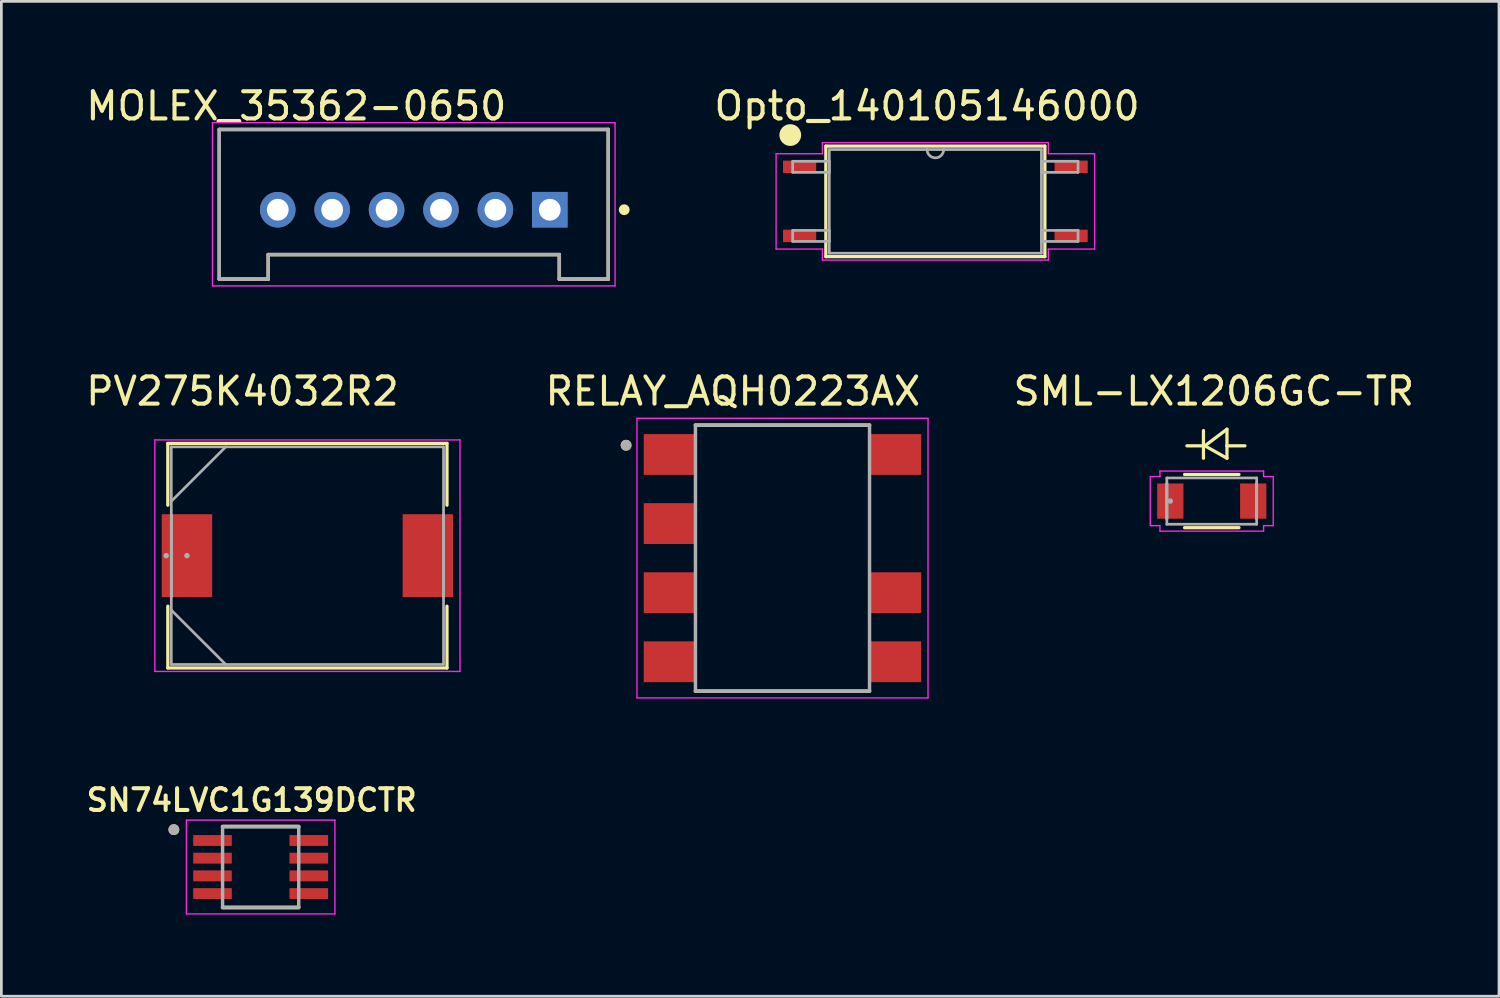
<source format=kicad_pcb>
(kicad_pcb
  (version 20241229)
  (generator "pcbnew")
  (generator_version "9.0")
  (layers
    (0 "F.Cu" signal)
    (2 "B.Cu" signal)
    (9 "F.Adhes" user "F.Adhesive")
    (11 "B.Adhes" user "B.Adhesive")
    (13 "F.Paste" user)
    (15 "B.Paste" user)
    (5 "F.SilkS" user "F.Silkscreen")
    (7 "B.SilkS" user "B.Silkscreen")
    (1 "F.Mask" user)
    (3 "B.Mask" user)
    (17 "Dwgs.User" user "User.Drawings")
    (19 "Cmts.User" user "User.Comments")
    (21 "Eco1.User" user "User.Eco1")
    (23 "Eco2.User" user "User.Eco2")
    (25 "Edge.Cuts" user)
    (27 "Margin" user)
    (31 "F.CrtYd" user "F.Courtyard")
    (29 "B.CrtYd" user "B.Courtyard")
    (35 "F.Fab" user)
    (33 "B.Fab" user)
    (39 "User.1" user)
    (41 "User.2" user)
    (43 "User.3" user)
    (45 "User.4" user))
  (footprint "SN74LVC1G139DCTR"
    (layer "F.Cu")
    (at 6.532 28.824)
    (property "Reference" "SN74LVC1G139DCTR" (at -0.33 -2.46 0) (layer "F.SilkS") (effects (font (size 0.8 0.8) (thickness 0.15))))
    (attr through_hole)
    (fp_line (start -1.4 -1.495) (end 1.4 -1.495) (stroke (width 0.127) (type solid)) (layer "F.SilkS"))
    (fp_line (start -1.4 1.495) (end 1.4 1.495) (stroke (width 0.127) (type solid)) (layer "F.SilkS"))
    (fp_circle (center -3.19 -1.375) (end -3.09 -1.375) (stroke (width 0.2) (type solid)) (fill no) (layer "F.SilkS"))
    (fp_line (start -2.73 -1.725) (end -2.73 1.725) (stroke (width 0.05) (type solid)) (layer "F.CrtYd"))
    (fp_line (start -2.73 -1.725) (end 2.73 -1.725) (stroke (width 0.05) (type solid)) (layer "F.CrtYd"))
    (fp_line (start -2.73 1.725) (end 2.73 1.725) (stroke (width 0.05) (type solid)) (layer "F.CrtYd"))
    (fp_line (start 2.73 -1.725) (end 2.73 1.725) (stroke (width 0.05) (type solid)) (layer "F.CrtYd"))
    (fp_line (start -1.4 -1.475) (end -1.4 1.475) (stroke (width 0.127) (type solid)) (layer "F.Fab"))
    (fp_line (start -1.4 -1.475) (end 1.4 -1.475) (stroke (width 0.127) (type solid)) (layer "F.Fab"))
    (fp_line (start -1.4 1.475) (end 1.4 1.475) (stroke (width 0.127) (type solid)) (layer "F.Fab"))
    (fp_line (start 1.4 -1.475) (end 1.4 1.475) (stroke (width 0.127) (type solid)) (layer "F.Fab"))
    (fp_circle (center -3.19 -1.375) (end -3.09 -1.375) (stroke (width 0.2) (type solid)) (fill no) (layer "F.Fab"))
    (pad "1" smd roundrect (at -1.77 -0.975) (size 1.42 0.4) (layers "F.Cu" "F.Mask" "F.Paste") (roundrect_rratio 0.05))
    (pad "2" smd roundrect (at -1.77 -0.325) (size 1.42 0.4) (layers "F.Cu" "F.Mask" "F.Paste") (roundrect_rratio 0.05))
    (pad "3" smd roundrect (at -1.77 0.325) (size 1.42 0.4) (layers "F.Cu" "F.Mask" "F.Paste") (roundrect_rratio 0.05))
    (pad "4" smd roundrect (at -1.77 0.975) (size 1.42 0.4) (layers "F.Cu" "F.Mask" "F.Paste") (roundrect_rratio 0.05))
    (pad "5" smd roundrect (at 1.77 0.975) (size 1.42 0.4) (layers "F.Cu" "F.Mask" "F.Paste") (roundrect_rratio 0.05))
    (pad "6" smd roundrect (at 1.77 0.325) (size 1.42 0.4) (layers "F.Cu" "F.Mask" "F.Paste") (roundrect_rratio 0.05))
    (pad "7" smd roundrect (at 1.77 -0.325) (size 1.42 0.4) (layers "F.Cu" "F.Mask" "F.Paste") (roundrect_rratio 0.05))
    (pad "8" smd roundrect (at 1.77 -0.975) (size 1.42 0.4) (layers "F.Cu" "F.Mask" "F.Paste") (roundrect_rratio 0.05)))
  (footprint "PV275K4032R2"
    (layer "F.Cu")
    (at 8.251 17.378)
    (property "Reference" "PV275K4032R2" (at -2.388 -6.045 0) (layer "F.SilkS") (effects (font (size 1 1) (thickness 0.15))))
    (attr through_hole)
    (fp_line (start -5.131 -4.128) (end -5.131 -1.857) (stroke (width 0.12) (type solid)) (layer "F.SilkS"))
    (fp_line (start -5.131 1.857) (end -5.131 4.128) (stroke (width 0.12) (type solid)) (layer "F.SilkS"))
    (fp_line (start -5.131 4.128) (end 5.131 4.128) (stroke (width 0.12) (type solid)) (layer "F.SilkS"))
    (fp_line (start 5.131 -4.128) (end -5.131 -4.128) (stroke (width 0.12) (type solid)) (layer "F.SilkS"))
    (fp_line (start 5.131 -1.857) (end 5.131 -4.128) (stroke (width 0.12) (type solid)) (layer "F.SilkS"))
    (fp_line (start 5.131 4.128) (end 5.131 1.857) (stroke (width 0.12) (type solid)) (layer "F.SilkS"))
    (fp_line (start -5.61 -4.255) (end 5.61 -4.255) (stroke (width 0.05) (type solid)) (layer "F.CrtYd"))
    (fp_line (start -5.61 4.255) (end -5.61 -4.255) (stroke (width 0.05) (type solid)) (layer "F.CrtYd"))
    (fp_line (start 5.61 -4.255) (end 5.61 4.255) (stroke (width 0.05) (type solid)) (layer "F.CrtYd"))
    (fp_line (start 5.61 4.255) (end -5.61 4.255) (stroke (width 0.05) (type solid)) (layer "F.CrtYd"))
    (fp_line (start -5.004 -4) (end -5.004 4) (stroke (width 0.1) (type solid)) (layer "F.Fab"))
    (fp_line (start -5.004 -2) (end -3.004 -4) (stroke (width 0.1) (type solid)) (layer "F.Fab"))
    (fp_line (start -5.004 -1.499) (end -5 -1.499) (stroke (width 0.1) (type solid)) (layer "F.Fab"))
    (fp_line (start -5.004 1.499) (end -5.004 -1.499) (stroke (width 0.1) (type solid)) (layer "F.Fab"))
    (fp_line (start -5.004 2) (end -3.004 4) (stroke (width 0.1) (type solid)) (layer "F.Fab"))
    (fp_line (start -5.004 4) (end 5.004 4) (stroke (width 0.1) (type solid)) (layer "F.Fab"))
    (fp_line (start -5 -1.499) (end -5 1.499) (stroke (width 0.1) (type solid)) (layer "F.Fab"))
    (fp_line (start -5 1.499) (end -5.004 1.499) (stroke (width 0.1) (type solid)) (layer "F.Fab"))
    (fp_line (start 5 -1.499) (end 5.004 -1.499) (stroke (width 0.1) (type solid)) (layer "F.Fab"))
    (fp_line (start 5 1.499) (end 5 -1.499) (stroke (width 0.1) (type solid)) (layer "F.Fab"))
    (fp_line (start 5.004 -4) (end -5.004 -4) (stroke (width 0.1) (type solid)) (layer "F.Fab"))
    (fp_line (start 5.004 -1.499) (end 5.004 1.499) (stroke (width 0.1) (type solid)) (layer "F.Fab"))
    (fp_line (start 5.004 1.499) (end 5 1.499) (stroke (width 0.1) (type solid)) (layer "F.Fab"))
    (fp_line (start 5.004 4) (end 5.004 -4) (stroke (width 0.1) (type solid)) (layer "F.Fab"))
    (fp_circle (center -5.191 0) (end -5.191 0) (stroke (width 0.1) (type solid)) (fill no) (layer "F.Fab"))
    (fp_circle (center -4.428 0) (end -4.428 0) (stroke (width 0.1) (type solid)) (fill no) (layer "F.Fab"))
    (pad "1" smd rect (at -4.428 0) (size 1.854 3.048) (layers "F.Cu" "F.Mask" "F.Paste"))
    (pad "2" smd rect (at 4.428 0) (size 1.854 3.048) (layers "F.Cu" "F.Mask" "F.Paste")))
  (footprint "SML-LX1206GC-TR"
    (layer "F.Cu")
    (at 41.497 15.371)
    (property "Reference" "SML-LX1206GC-TR" (at 0.076 -4.039 0) (layer "F.SilkS") (effects (font (size 1 1) (thickness 0.15))))
    (attr through_hole)
    (fp_line (start -1 0.978) (end 1 0.978) (stroke (width 0.12) (type solid)) (layer "F.SilkS"))
    (fp_line (start -0.305 -2.591) (end -0.305 -1.575) (stroke (width 0.12) (type solid)) (layer "F.SilkS"))
    (fp_line (start -0.254 -2.032) (end -0.914 -2.032) (stroke (width 0.12) (type solid)) (layer "F.SilkS"))
    (fp_line (start 0.559 -2.642) (end -0.254 -2.032) (stroke (width 0.12) (type solid)) (layer "F.SilkS"))
    (fp_line (start 0.559 -2.032) (end 0.559 -2.642) (stroke (width 0.12) (type solid)) (layer "F.SilkS"))
    (fp_line (start 0.559 -2.032) (end 0.559 -1.575) (stroke (width 0.12) (type solid)) (layer "F.SilkS"))
    (fp_line (start 0.559 -1.575) (end -0.254 -2.032) (stroke (width 0.12) (type solid)) (layer "F.SilkS"))
    (fp_line (start 1 -0.978) (end -1 -0.978) (stroke (width 0.12) (type solid)) (layer "F.SilkS"))
    (fp_line (start 1.219 -2.032) (end 0.559 -2.032) (stroke (width 0.12) (type solid)) (layer "F.SilkS"))
    (fp_line (start -2.261 -0.902) (end -1.905 -0.902) (stroke (width 0.05) (type solid)) (layer "F.CrtYd"))
    (fp_line (start -2.261 0.902) (end -2.261 -0.902) (stroke (width 0.05) (type solid)) (layer "F.CrtYd"))
    (fp_line (start -1.905 -1.105) (end 1.905 -1.105) (stroke (width 0.05) (type solid)) (layer "F.CrtYd"))
    (fp_line (start -1.905 -0.902) (end -1.905 -1.105) (stroke (width 0.05) (type solid)) (layer "F.CrtYd"))
    (fp_line (start -1.905 0.902) (end -2.261 0.902) (stroke (width 0.05) (type solid)) (layer "F.CrtYd"))
    (fp_line (start -1.905 1.105) (end -1.905 0.902) (stroke (width 0.05) (type solid)) (layer "F.CrtYd"))
    (fp_line (start 1.905 -1.105) (end 1.905 -0.902) (stroke (width 0.05) (type solid)) (layer "F.CrtYd"))
    (fp_line (start 1.905 -0.902) (end 2.261 -0.902) (stroke (width 0.05) (type solid)) (layer "F.CrtYd"))
    (fp_line (start 1.905 0.902) (end 1.905 1.105) (stroke (width 0.05) (type solid)) (layer "F.CrtYd"))
    (fp_line (start 1.905 1.105) (end -1.905 1.105) (stroke (width 0.05) (type solid)) (layer "F.CrtYd"))
    (fp_line (start 2.261 -0.902) (end 2.261 0.902) (stroke (width 0.05) (type solid)) (layer "F.CrtYd"))
    (fp_line (start 2.261 0.902) (end 1.905 0.902) (stroke (width 0.05) (type solid)) (layer "F.CrtYd"))
    (fp_line (start -1.651 -0.851) (end -1.651 0.851) (stroke (width 0.1) (type solid)) (layer "F.Fab"))
    (fp_line (start -1.651 -0.648) (end -1.651 -0.648) (stroke (width 0.1) (type solid)) (layer "F.Fab"))
    (fp_line (start -1.651 -0.648) (end -1.651 0.648) (stroke (width 0.1) (type solid)) (layer "F.Fab"))
    (fp_line (start -1.651 0.648) (end -1.651 -0.648) (stroke (width 0.1) (type solid)) (layer "F.Fab"))
    (fp_line (start -1.651 0.648) (end -1.651 0.648) (stroke (width 0.1) (type solid)) (layer "F.Fab"))
    (fp_line (start -1.651 0.851) (end 1.651 0.851) (stroke (width 0.1) (type solid)) (layer "F.Fab"))
    (fp_line (start 1.651 -0.851) (end -1.651 -0.851) (stroke (width 0.1) (type solid)) (layer "F.Fab"))
    (fp_line (start 1.651 -0.648) (end 1.651 -0.648) (stroke (width 0.1) (type solid)) (layer "F.Fab"))
    (fp_line (start 1.651 -0.648) (end 1.651 0.648) (stroke (width 0.1) (type solid)) (layer "F.Fab"))
    (fp_line (start 1.651 0.648) (end 1.651 -0.648) (stroke (width 0.1) (type solid)) (layer "F.Fab"))
    (fp_line (start 1.651 0.648) (end 1.651 0.648) (stroke (width 0.1) (type solid)) (layer "F.Fab"))
    (fp_line (start 1.651 0.851) (end 1.651 -0.851) (stroke (width 0.1) (type solid)) (layer "F.Fab"))
    (fp_circle (center -1.524 0) (end -1.524 0) (stroke (width 0.1) (type solid)) (fill no) (layer "F.Fab"))
    (pad "1" smd rect (at -1.524 0) (size 0.965 1.295) (layers "F.Cu" "F.Mask" "F.Paste"))
    (pad "2" smd rect (at 1.524 0) (size 0.965 1.295) (layers "F.Cu" "F.Mask" "F.Paste")))
  (footprint "MOLEX_35362-0650"
    (layer "F.Cu")
    (at 12.161 4.66)
    (property "Reference" "MOLEX_35362-0650" (at -4.319 -3.811 0) (layer "F.SilkS") (effects (font (size 1 1) (thickness 0.15))))
    (attr through_hole)
    (fp_line (start -7.15 -2.95) (end 7.15 -2.95) (stroke (width 0.127) (type solid)) (layer "F.SilkS"))
    (fp_line (start -7.15 2.55) (end -7.15 -2.95) (stroke (width 0.127) (type solid)) (layer "F.SilkS"))
    (fp_line (start -7.15 2.55) (end -5.35 2.55) (stroke (width 0.127) (type solid)) (layer "F.SilkS"))
    (fp_line (start -5.35 1.65) (end 5.35 1.65) (stroke (width 0.127) (type solid)) (layer "F.SilkS"))
    (fp_line (start -5.35 2.55) (end -5.35 1.65) (stroke (width 0.127) (type solid)) (layer "F.SilkS"))
    (fp_line (start 5.35 1.65) (end 5.35 2.55) (stroke (width 0.127) (type solid)) (layer "F.SilkS"))
    (fp_line (start 5.35 2.55) (end 7.15 2.55) (stroke (width 0.127) (type solid)) (layer "F.SilkS"))
    (fp_line (start 7.15 -2.95) (end 7.15 2.55) (stroke (width 0.127) (type solid)) (layer "F.SilkS"))
    (fp_circle (center 7.736 0) (end 7.836 0) (stroke (width 0.2) (type solid)) (fill no) (layer "F.SilkS"))
    (fp_line (start -7.4 -3.2) (end 7.4 -3.2) (stroke (width 0.05) (type solid)) (layer "F.CrtYd"))
    (fp_line (start -7.4 2.8) (end -7.4 -3.2) (stroke (width 0.05) (type solid)) (layer "F.CrtYd"))
    (fp_line (start 7.4 -3.2) (end 7.4 2.8) (stroke (width 0.05) (type solid)) (layer "F.CrtYd"))
    (fp_line (start 7.4 2.8) (end -7.4 2.8) (stroke (width 0.05) (type solid)) (layer "F.CrtYd"))
    (fp_line (start -7.15 -2.95) (end 7.15 -2.95) (stroke (width 0.127) (type solid)) (layer "F.Fab"))
    (fp_line (start -7.15 2.55) (end -7.15 -2.95) (stroke (width 0.127) (type solid)) (layer "F.Fab"))
    (fp_line (start -7.15 2.55) (end -5.35 2.55) (stroke (width 0.127) (type solid)) (layer "F.Fab"))
    (fp_line (start -5.35 1.65) (end 5.35 1.65) (stroke (width 0.127) (type solid)) (layer "F.Fab"))
    (fp_line (start -5.35 2.55) (end -5.35 1.65) (stroke (width 0.127) (type solid)) (layer "F.Fab"))
    (fp_line (start 5.35 1.65) (end 5.35 2.55) (stroke (width 0.127) (type solid)) (layer "F.Fab"))
    (fp_line (start 5.35 2.55) (end 7.15 2.55) (stroke (width 0.127) (type solid)) (layer "F.Fab"))
    (fp_line (start 7.15 -2.95) (end 7.15 2.55) (stroke (width 0.127) (type solid)) (layer "F.Fab"))
    (pad "1" thru_hole rect (at 5 0) (size 1.308 1.308) (drill 0.8) (layers "*.Cu" "*.Mask"))
    (pad "2" thru_hole circle (at 3 0) (size 1.308 1.308) (drill 0.8) (layers "*.Cu" "*.Mask"))
    (pad "3" thru_hole circle (at 1 0) (size 1.308 1.308) (drill 0.8) (layers "*.Cu" "*.Mask"))
    (pad "4" thru_hole circle (at -1 0) (size 1.308 1.308) (drill 0.8) (layers "*.Cu" "*.Mask"))
    (pad "5" thru_hole circle (at -3 0) (size 1.308 1.308) (drill 0.8) (layers "*.Cu" "*.Mask"))
    (pad "6" thru_hole circle (at -5 0) (size 1.308 1.308) (drill 0.8) (layers "*.Cu" "*.Mask")))
  (footprint "Opto_140105146000"
    (layer "F.Cu")
    (at 31.336 4.353)
    (property "Reference" "Opto_140105146000" (at -0.305 -3.505 0) (layer "F.SilkS") (effects (font (size 1 1) (thickness 0.15))))
    (attr through_hole)
    (fp_line (start -4.026 -2.032) (end -4.026 2.032) (stroke (width 0.12) (type solid)) (layer "F.SilkS"))
    (fp_line (start -4.026 2.032) (end 4.026 2.032) (stroke (width 0.12) (type solid)) (layer "F.SilkS"))
    (fp_line (start 4.026 -2.032) (end -4.026 -2.032) (stroke (width 0.12) (type solid)) (layer "F.SilkS"))
    (fp_line (start 4.026 2.032) (end 4.026 -2.032) (stroke (width 0.12) (type solid)) (layer "F.SilkS"))
    (fp_circle (center -5.334 -2.438) (end -5.134 -2.438) (stroke (width 0.4) (type solid)) (fill no) (layer "F.SilkS"))
    (fp_line (start -5.855 -1.753) (end -4.153 -1.753) (stroke (width 0.05) (type solid)) (layer "F.CrtYd"))
    (fp_line (start -5.855 1.753) (end -5.855 -1.753) (stroke (width 0.05) (type solid)) (layer "F.CrtYd"))
    (fp_line (start -4.153 -2.159) (end 4.153 -2.159) (stroke (width 0.05) (type solid)) (layer "F.CrtYd"))
    (fp_line (start -4.153 -1.753) (end -4.153 -2.159) (stroke (width 0.05) (type solid)) (layer "F.CrtYd"))
    (fp_line (start -4.153 1.753) (end -5.855 1.753) (stroke (width 0.05) (type solid)) (layer "F.CrtYd"))
    (fp_line (start -4.153 2.159) (end -4.153 1.753) (stroke (width 0.05) (type solid)) (layer "F.CrtYd"))
    (fp_line (start 4.153 -2.159) (end 4.153 -1.753) (stroke (width 0.05) (type solid)) (layer "F.CrtYd"))
    (fp_line (start 4.153 -1.753) (end 5.855 -1.753) (stroke (width 0.05) (type solid)) (layer "F.CrtYd"))
    (fp_line (start 4.153 1.753) (end 4.153 2.159) (stroke (width 0.05) (type solid)) (layer "F.CrtYd"))
    (fp_line (start 4.153 2.159) (end -4.153 2.159) (stroke (width 0.05) (type solid)) (layer "F.CrtYd"))
    (fp_line (start 5.855 -1.753) (end 5.855 1.753) (stroke (width 0.05) (type solid)) (layer "F.CrtYd"))
    (fp_line (start 5.855 1.753) (end 4.153 1.753) (stroke (width 0.05) (type solid)) (layer "F.CrtYd"))
    (fp_line (start -5.245 -1.473) (end -5.245 -1.067) (stroke (width 0.1) (type solid)) (layer "F.Fab"))
    (fp_line (start -5.245 -1.067) (end -3.899 -1.067) (stroke (width 0.1) (type solid)) (layer "F.Fab"))
    (fp_line (start -5.245 1.067) (end -5.245 1.473) (stroke (width 0.1) (type solid)) (layer "F.Fab"))
    (fp_line (start -5.245 1.473) (end -3.899 1.473) (stroke (width 0.1) (type solid)) (layer "F.Fab"))
    (fp_line (start -3.899 -1.905) (end -3.899 1.905) (stroke (width 0.1) (type solid)) (layer "F.Fab"))
    (fp_line (start -3.899 -1.473) (end -5.245 -1.473) (stroke (width 0.1) (type solid)) (layer "F.Fab"))
    (fp_line (start -3.899 -1.067) (end -3.899 -1.473) (stroke (width 0.1) (type solid)) (layer "F.Fab"))
    (fp_line (start -3.899 1.067) (end -5.245 1.067) (stroke (width 0.1) (type solid)) (layer "F.Fab"))
    (fp_line (start -3.899 1.473) (end -3.899 1.067) (stroke (width 0.1) (type solid)) (layer "F.Fab"))
    (fp_line (start -3.899 1.905) (end 3.899 1.905) (stroke (width 0.1) (type solid)) (layer "F.Fab"))
    (fp_line (start 3.899 -1.905) (end -3.899 -1.905) (stroke (width 0.1) (type solid)) (layer "F.Fab"))
    (fp_line (start 3.899 -1.473) (end 3.899 -1.067) (stroke (width 0.1) (type solid)) (layer "F.Fab"))
    (fp_line (start 3.899 -1.067) (end 5.245 -1.067) (stroke (width 0.1) (type solid)) (layer "F.Fab"))
    (fp_line (start 3.899 1.067) (end 3.899 1.473) (stroke (width 0.1) (type solid)) (layer "F.Fab"))
    (fp_line (start 3.899 1.473) (end 5.245 1.473) (stroke (width 0.1) (type solid)) (layer "F.Fab"))
    (fp_line (start 3.899 1.905) (end 3.899 -1.905) (stroke (width 0.1) (type solid)) (layer "F.Fab"))
    (fp_line (start 5.245 -1.473) (end 3.899 -1.473) (stroke (width 0.1) (type solid)) (layer "F.Fab"))
    (fp_line (start 5.245 -1.067) (end 5.245 -1.473) (stroke (width 0.1) (type solid)) (layer "F.Fab"))
    (fp_line (start 5.245 1.067) (end 3.899 1.067) (stroke (width 0.1) (type solid)) (layer "F.Fab"))
    (fp_line (start 5.245 1.473) (end 5.245 1.067) (stroke (width 0.1) (type solid)) (layer "F.Fab"))
    (fp_arc (start 0.3048 -1.905) (mid 0 -1.6002) (end -0.3048 -1.905) (stroke (width 0.1) (type solid)) (layer "F.Fab"))
    (pad "1" smd rect (at -4.991 -1.27) (size 1.219 0.457) (layers "F.Cu" "F.Mask" "F.Paste"))
    (pad "2" smd rect (at -4.991 1.27) (size 1.219 0.457) (layers "F.Cu" "F.Mask" "F.Paste"))
    (pad "3" smd rect (at 4.991 1.27) (size 1.219 0.457) (layers "F.Cu" "F.Mask" "F.Paste"))
    (pad "4" smd rect (at 4.991 -1.27) (size 1.219 0.457) (layers "F.Cu" "F.Mask" "F.Paste")))
  (footprint "RELAY_AQH0223AX"
    (layer "F.Cu")
    (at 25.716 17.468)
    (property "Reference" "RELAY_AQH0223AX" (at -1.825 -6.135 0) (layer "F.SilkS") (effects (font (size 1 1) (thickness 0.15))))
    (attr through_hole)
    (fp_line (start -3.2 -4.89) (end 3.2 -4.89) (stroke (width 0.127) (type solid)) (layer "F.SilkS"))
    (fp_line (start 3.2 4.89) (end -3.2 4.89) (stroke (width 0.127) (type solid)) (layer "F.SilkS"))
    (fp_circle (center -5.75 -4.15) (end -5.65 -4.15) (stroke (width 0.2) (type solid)) (fill no) (layer "F.SilkS"))
    (fp_line (start -5.35 -5.14) (end 5.35 -5.14) (stroke (width 0.05) (type solid)) (layer "F.CrtYd"))
    (fp_line (start -5.35 5.14) (end -5.35 -5.14) (stroke (width 0.05) (type solid)) (layer "F.CrtYd"))
    (fp_line (start 5.35 -5.14) (end 5.35 5.14) (stroke (width 0.05) (type solid)) (layer "F.CrtYd"))
    (fp_line (start 5.35 5.14) (end -5.35 5.14) (stroke (width 0.05) (type solid)) (layer "F.CrtYd"))
    (fp_line (start -3.2 -4.89) (end 3.2 -4.89) (stroke (width 0.127) (type solid)) (layer "F.Fab"))
    (fp_line (start -3.2 4.89) (end -3.2 -4.89) (stroke (width 0.127) (type solid)) (layer "F.Fab"))
    (fp_line (start 3.2 -4.89) (end 3.2 4.89) (stroke (width 0.127) (type solid)) (layer "F.Fab"))
    (fp_line (start 3.2 4.89) (end -3.2 4.89) (stroke (width 0.127) (type solid)) (layer "F.Fab"))
    (fp_circle (center -5.75 -4.15) (end -5.65 -4.15) (stroke (width 0.2) (type solid)) (fill no) (layer "F.Fab"))
    (pad "1" smd rect (at -4.15 -3.81) (size 1.9 1.5) (layers "F.Cu" "F.Mask" "F.Paste"))
    (pad "2" smd rect (at -4.15 -1.27) (size 1.9 1.5) (layers "F.Cu" "F.Mask" "F.Paste"))
    (pad "3" smd rect (at -4.15 1.27) (size 1.9 1.5) (layers "F.Cu" "F.Mask" "F.Paste"))
    (pad "4" smd rect (at -4.15 3.81) (size 1.9 1.5) (layers "F.Cu" "F.Mask" "F.Paste"))
    (pad "5" smd rect (at 4.15 3.81) (size 1.9 1.5) (layers "F.Cu" "F.Mask" "F.Paste"))
    (pad "6" smd rect (at 4.15 1.27) (size 1.9 1.5) (layers "F.Cu" "F.Mask" "F.Paste"))
    (pad "8" smd rect (at 4.15 -3.81) (size 1.9 1.5) (layers "F.Cu" "F.Mask" "F.Paste")))
  (gr_rect
    (start -3 -3)
    (end 52.056 33.574)
    (stroke (width 0.1) (type default))
    (fill no)
    (layer "Edge.Cuts")))
</source>
